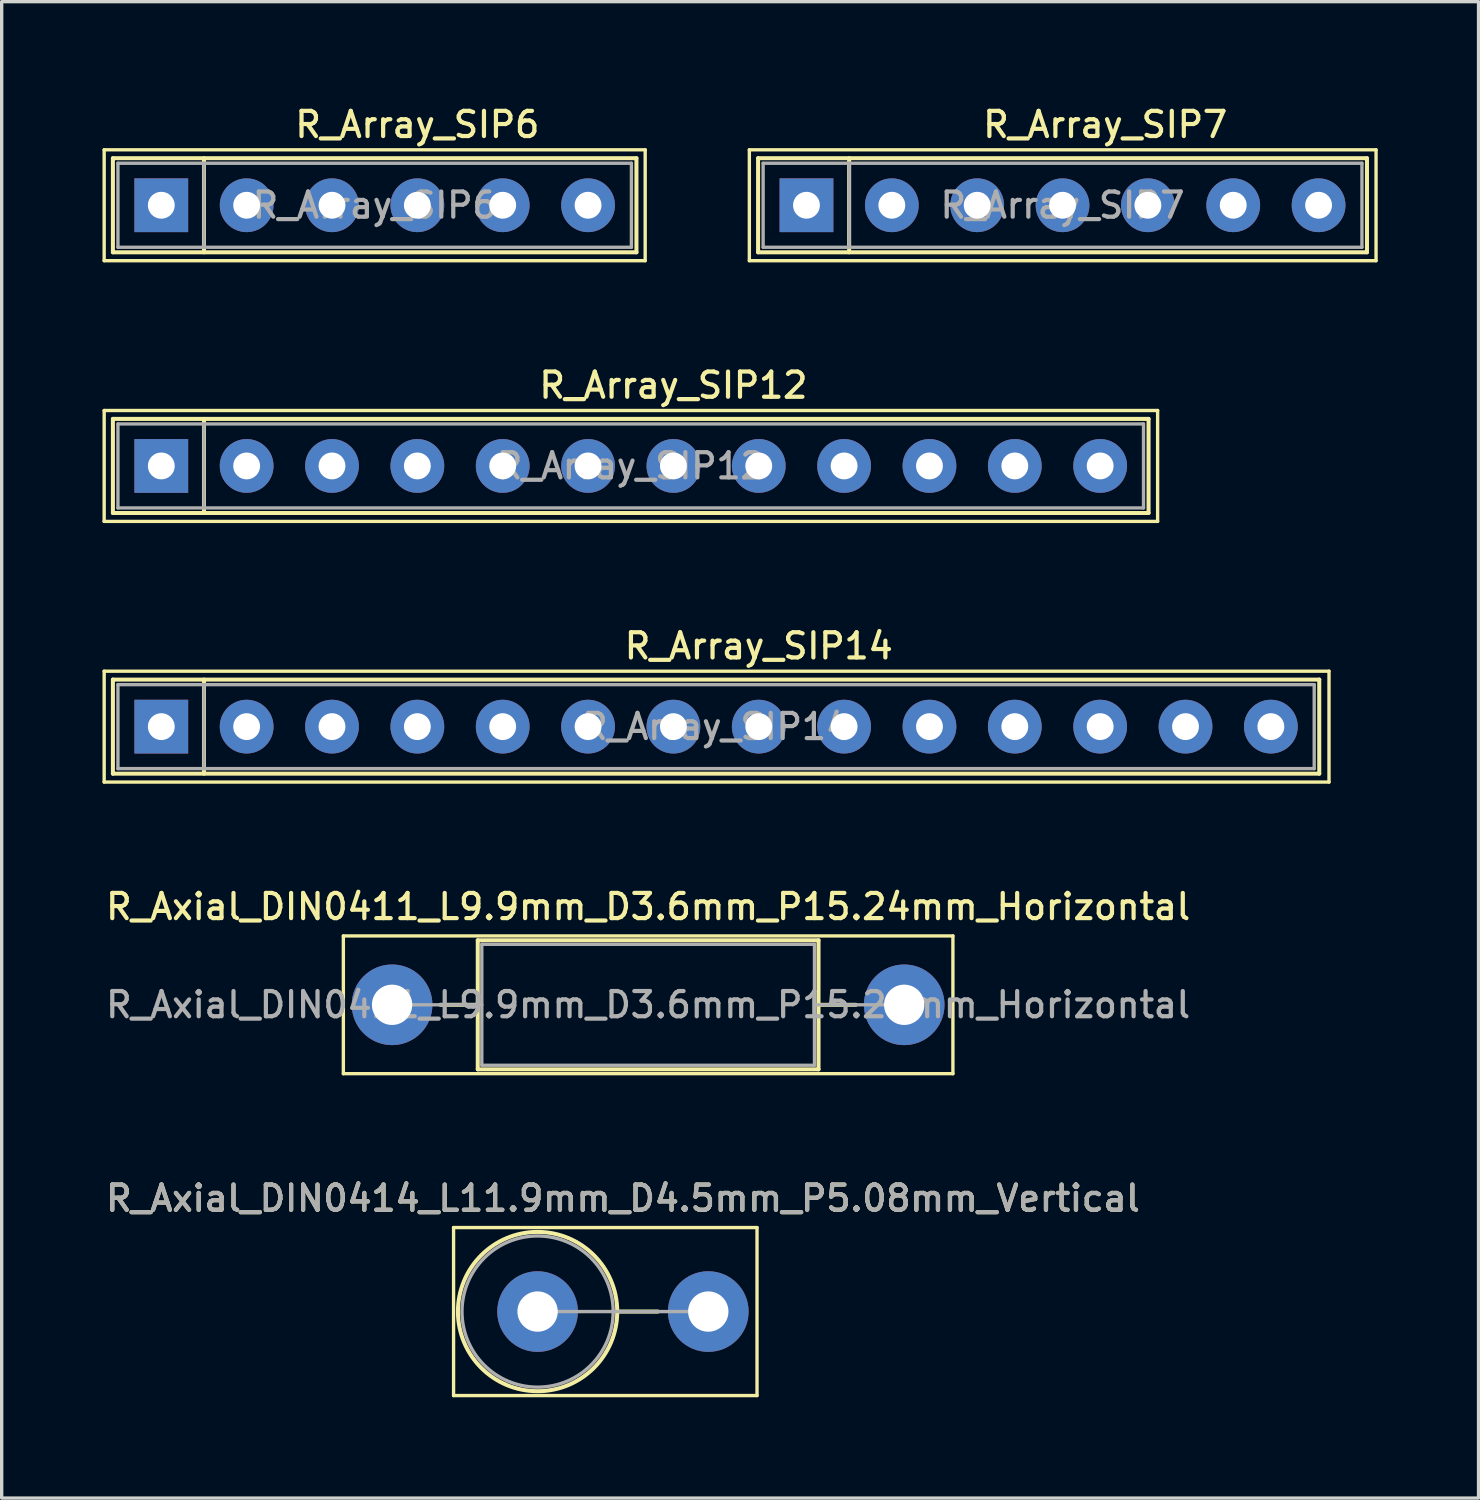
<source format=kicad_pcb>
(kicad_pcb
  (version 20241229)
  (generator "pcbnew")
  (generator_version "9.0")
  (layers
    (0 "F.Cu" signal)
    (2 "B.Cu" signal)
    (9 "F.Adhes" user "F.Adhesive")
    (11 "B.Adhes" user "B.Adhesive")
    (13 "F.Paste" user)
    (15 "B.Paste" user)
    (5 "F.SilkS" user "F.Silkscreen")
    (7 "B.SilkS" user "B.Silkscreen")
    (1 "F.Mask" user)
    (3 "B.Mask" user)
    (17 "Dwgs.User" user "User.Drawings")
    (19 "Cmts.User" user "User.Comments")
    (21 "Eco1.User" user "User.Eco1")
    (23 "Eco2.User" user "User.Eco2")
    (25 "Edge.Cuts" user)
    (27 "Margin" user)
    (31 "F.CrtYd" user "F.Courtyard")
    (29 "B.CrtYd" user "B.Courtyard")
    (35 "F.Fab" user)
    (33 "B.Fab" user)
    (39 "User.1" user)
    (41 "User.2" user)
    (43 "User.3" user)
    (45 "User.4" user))
  (footprint "R_Axial_DIN0414_L11.9mm_D4.5mm_P5.08mm_Vertical"
    (layer "F.Cu")
    (at 12.948 35.981)
    (property "Reference" "R_Axial_DIN0414_L11.9mm_D4.5mm_P5.08mm_Vertical" (at 2.54 -3.37 0) (layer "F.SilkS") (effects (font (size 0.75 0.75) (thickness 0.125))))
    (attr through_hole)
    (fp_line (start -2.5 -2.5) (end -2.5 2.5) (stroke (width 0.1) (type solid)) (layer "F.SilkS"))
    (fp_line (start -2.5 2.5) (end 6.53 2.5) (stroke (width 0.1) (type solid)) (layer "F.SilkS"))
    (fp_line (start 2.37 0) (end 3.58 0) (stroke (width 0.12) (type solid)) (layer "F.SilkS"))
    (fp_line (start 6.53 -2.5) (end -2.5 -2.5) (stroke (width 0.1) (type solid)) (layer "F.SilkS"))
    (fp_line (start 6.53 2.5) (end 6.53 -2.5) (stroke (width 0.1) (type solid)) (layer "F.SilkS"))
    (fp_circle (center 0 0) (end 2.37 0) (stroke (width 0.12) (type solid)) (fill no) (layer "F.SilkS"))
    (fp_line (start 0 0) (end 5.08 0) (stroke (width 0.1) (type solid)) (layer "F.Fab"))
    (fp_circle (center 0 0) (end 2.25 0) (stroke (width 0.1) (type solid)) (fill no) (layer "F.Fab"))
    (fp_text user "${REFERENCE}" (at 2.54 -3.37 0) (layer "F.Fab") (effects (font (size 0.75 0.75) (thickness 0.125))))
    (pad "1" thru_hole circle (at 0 0) (size 2.4 2.4) (drill 1.2) (layers "*.Cu" "*.Mask"))
    (pad "2" thru_hole oval (at 5.08 0) (size 2.4 2.4) (drill 1.2) (layers "*.Cu" "*.Mask")))
  (footprint "R_Array_SIP14"
    (layer "F.Cu")
    (at 1.75 18.574)
    (property "Reference" "R_Array_SIP14" (at 17.78 -2.4 0) (layer "F.SilkS") (effects (font (size 0.75 0.75) (thickness 0.125))))
    (attr through_hole)
    (fp_line (start -1.7 -1.65) (end -1.7 1.65) (stroke (width 0.1) (type solid)) (layer "F.SilkS"))
    (fp_line (start -1.7 1.65) (end 34.75 1.65) (stroke (width 0.1) (type solid)) (layer "F.SilkS"))
    (fp_line (start -1.44 -1.4) (end -1.44 1.4) (stroke (width 0.12) (type solid)) (layer "F.SilkS"))
    (fp_line (start -1.44 1.4) (end 34.46 1.4) (stroke (width 0.12) (type solid)) (layer "F.SilkS"))
    (fp_line (start 1.27 -1.4) (end 1.27 1.4) (stroke (width 0.12) (type solid)) (layer "F.SilkS"))
    (fp_line (start 34.46 -1.4) (end -1.44 -1.4) (stroke (width 0.12) (type solid)) (layer "F.SilkS"))
    (fp_line (start 34.46 1.4) (end 34.46 -1.4) (stroke (width 0.12) (type solid)) (layer "F.SilkS"))
    (fp_line (start 34.75 -1.65) (end -1.7 -1.65) (stroke (width 0.1) (type solid)) (layer "F.SilkS"))
    (fp_line (start 34.75 1.65) (end 34.75 -1.65) (stroke (width 0.1) (type solid)) (layer "F.SilkS"))
    (fp_line (start -1.29 -1.25) (end -1.29 1.25) (stroke (width 0.1) (type solid)) (layer "F.Fab"))
    (fp_line (start -1.29 1.25) (end 34.31 1.25) (stroke (width 0.1) (type solid)) (layer "F.Fab"))
    (fp_line (start 1.27 -1.25) (end 1.27 1.25) (stroke (width 0.1) (type solid)) (layer "F.Fab"))
    (fp_line (start 34.31 -1.25) (end -1.29 -1.25) (stroke (width 0.1) (type solid)) (layer "F.Fab"))
    (fp_line (start 34.31 1.25) (end 34.31 -1.25) (stroke (width 0.1) (type solid)) (layer "F.Fab"))
    (fp_text user "${REFERENCE}" (at 16.51 0 0) (layer "F.Fab") (effects (font (size 0.75 0.75) (thickness 0.125))))
    (pad "1" thru_hole rect (at 0 0) (size 1.6 1.6) (drill 0.8) (layers "*.Cu" "*.Mask"))
    (pad "2" thru_hole oval (at 2.54 0) (size 1.6 1.6) (drill 0.8) (layers "*.Cu" "*.Mask"))
    (pad "3" thru_hole oval (at 5.08 0) (size 1.6 1.6) (drill 0.8) (layers "*.Cu" "*.Mask"))
    (pad "4" thru_hole oval (at 7.62 0) (size 1.6 1.6) (drill 0.8) (layers "*.Cu" "*.Mask"))
    (pad "5" thru_hole oval (at 10.16 0) (size 1.6 1.6) (drill 0.8) (layers "*.Cu" "*.Mask"))
    (pad "6" thru_hole oval (at 12.7 0) (size 1.6 1.6) (drill 0.8) (layers "*.Cu" "*.Mask"))
    (pad "7" thru_hole oval (at 15.24 0) (size 1.6 1.6) (drill 0.8) (layers "*.Cu" "*.Mask"))
    (pad "8" thru_hole oval (at 17.78 0) (size 1.6 1.6) (drill 0.8) (layers "*.Cu" "*.Mask"))
    (pad "9" thru_hole oval (at 20.32 0) (size 1.6 1.6) (drill 0.8) (layers "*.Cu" "*.Mask"))
    (pad "10" thru_hole oval (at 22.86 0) (size 1.6 1.6) (drill 0.8) (layers "*.Cu" "*.Mask"))
    (pad "11" thru_hole oval (at 25.4 0) (size 1.6 1.6) (drill 0.8) (layers "*.Cu" "*.Mask"))
    (pad "12" thru_hole oval (at 27.94 0) (size 1.6 1.6) (drill 0.8) (layers "*.Cu" "*.Mask"))
    (pad "13" thru_hole oval (at 30.48 0) (size 1.6 1.6) (drill 0.8) (layers "*.Cu" "*.Mask"))
    (pad "14" thru_hole oval (at 33.02 0) (size 1.6 1.6) (drill 0.8) (layers "*.Cu" "*.Mask")))
  (footprint "R_Array_SIP12"
    (layer "F.Cu")
    (at 1.75 10.816)
    (property "Reference" "R_Array_SIP12" (at 15.24 -2.4 0) (layer "F.SilkS") (effects (font (size 0.75 0.75) (thickness 0.125))))
    (attr through_hole)
    (fp_line (start -1.7 -1.65) (end -1.7 1.65) (stroke (width 0.1) (type solid)) (layer "F.SilkS"))
    (fp_line (start -1.7 1.65) (end 29.65 1.65) (stroke (width 0.1) (type solid)) (layer "F.SilkS"))
    (fp_line (start -1.44 -1.4) (end -1.44 1.4) (stroke (width 0.12) (type solid)) (layer "F.SilkS"))
    (fp_line (start -1.44 1.4) (end 29.38 1.4) (stroke (width 0.12) (type solid)) (layer "F.SilkS"))
    (fp_line (start 1.27 -1.4) (end 1.27 1.4) (stroke (width 0.12) (type solid)) (layer "F.SilkS"))
    (fp_line (start 29.38 -1.4) (end -1.44 -1.4) (stroke (width 0.12) (type solid)) (layer "F.SilkS"))
    (fp_line (start 29.38 1.4) (end 29.38 -1.4) (stroke (width 0.12) (type solid)) (layer "F.SilkS"))
    (fp_line (start 29.65 -1.65) (end -1.7 -1.65) (stroke (width 0.1) (type solid)) (layer "F.SilkS"))
    (fp_line (start 29.65 1.65) (end 29.65 -1.65) (stroke (width 0.1) (type solid)) (layer "F.SilkS"))
    (fp_line (start -1.29 -1.25) (end -1.29 1.25) (stroke (width 0.1) (type solid)) (layer "F.Fab"))
    (fp_line (start -1.29 1.25) (end 29.23 1.25) (stroke (width 0.1) (type solid)) (layer "F.Fab"))
    (fp_line (start 1.27 -1.25) (end 1.27 1.25) (stroke (width 0.1) (type solid)) (layer "F.Fab"))
    (fp_line (start 29.23 -1.25) (end -1.29 -1.25) (stroke (width 0.1) (type solid)) (layer "F.Fab"))
    (fp_line (start 29.23 1.25) (end 29.23 -1.25) (stroke (width 0.1) (type solid)) (layer "F.Fab"))
    (fp_text user "${REFERENCE}" (at 13.97 0 0) (layer "F.Fab") (effects (font (size 0.75 0.75) (thickness 0.125))))
    (pad "1" thru_hole rect (at 0 0) (size 1.6 1.6) (drill 0.8) (layers "*.Cu" "*.Mask"))
    (pad "2" thru_hole oval (at 2.54 0) (size 1.6 1.6) (drill 0.8) (layers "*.Cu" "*.Mask"))
    (pad "3" thru_hole oval (at 5.08 0) (size 1.6 1.6) (drill 0.8) (layers "*.Cu" "*.Mask"))
    (pad "4" thru_hole oval (at 7.62 0) (size 1.6 1.6) (drill 0.8) (layers "*.Cu" "*.Mask"))
    (pad "5" thru_hole oval (at 10.16 0) (size 1.6 1.6) (drill 0.8) (layers "*.Cu" "*.Mask"))
    (pad "6" thru_hole oval (at 12.7 0) (size 1.6 1.6) (drill 0.8) (layers "*.Cu" "*.Mask"))
    (pad "7" thru_hole oval (at 15.24 0) (size 1.6 1.6) (drill 0.8) (layers "*.Cu" "*.Mask"))
    (pad "8" thru_hole oval (at 17.78 0) (size 1.6 1.6) (drill 0.8) (layers "*.Cu" "*.Mask"))
    (pad "9" thru_hole oval (at 20.32 0) (size 1.6 1.6) (drill 0.8) (layers "*.Cu" "*.Mask"))
    (pad "10" thru_hole oval (at 22.86 0) (size 1.6 1.6) (drill 0.8) (layers "*.Cu" "*.Mask"))
    (pad "11" thru_hole oval (at 25.4 0) (size 1.6 1.6) (drill 0.8) (layers "*.Cu" "*.Mask"))
    (pad "12" thru_hole oval (at 27.94 0) (size 1.6 1.6) (drill 0.8) (layers "*.Cu" "*.Mask")))
  (footprint "R_Array_SIP6"
    (layer "F.Cu")
    (at 1.75 3.058)
    (property "Reference" "R_Array_SIP6" (at 7.62 -2.4 0) (layer "F.SilkS") (effects (font (size 0.75 0.75) (thickness 0.125))))
    (attr through_hole)
    (fp_line (start -1.7 -1.65) (end -1.7 1.65) (stroke (width 0.1) (type solid)) (layer "F.SilkS"))
    (fp_line (start -1.7 1.65) (end 14.4 1.65) (stroke (width 0.1) (type solid)) (layer "F.SilkS"))
    (fp_line (start -1.44 -1.4) (end -1.44 1.4) (stroke (width 0.12) (type solid)) (layer "F.SilkS"))
    (fp_line (start -1.44 1.4) (end 14.14 1.4) (stroke (width 0.12) (type solid)) (layer "F.SilkS"))
    (fp_line (start 1.27 -1.4) (end 1.27 1.4) (stroke (width 0.12) (type solid)) (layer "F.SilkS"))
    (fp_line (start 14.14 -1.4) (end -1.44 -1.4) (stroke (width 0.12) (type solid)) (layer "F.SilkS"))
    (fp_line (start 14.14 1.4) (end 14.14 -1.4) (stroke (width 0.12) (type solid)) (layer "F.SilkS"))
    (fp_line (start 14.4 -1.65) (end -1.7 -1.65) (stroke (width 0.1) (type solid)) (layer "F.SilkS"))
    (fp_line (start 14.4 1.65) (end 14.4 -1.65) (stroke (width 0.1) (type solid)) (layer "F.SilkS"))
    (fp_line (start -1.29 -1.25) (end -1.29 1.25) (stroke (width 0.1) (type solid)) (layer "F.Fab"))
    (fp_line (start -1.29 1.25) (end 13.99 1.25) (stroke (width 0.1) (type solid)) (layer "F.Fab"))
    (fp_line (start 1.27 -1.25) (end 1.27 1.25) (stroke (width 0.1) (type solid)) (layer "F.Fab"))
    (fp_line (start 13.99 -1.25) (end -1.29 -1.25) (stroke (width 0.1) (type solid)) (layer "F.Fab"))
    (fp_line (start 13.99 1.25) (end 13.99 -1.25) (stroke (width 0.1) (type solid)) (layer "F.Fab"))
    (fp_text user "${REFERENCE}" (at 6.35 0 0) (layer "F.Fab") (effects (font (size 0.75 0.75) (thickness 0.125))))
    (pad "1" thru_hole rect (at 0 0) (size 1.6 1.6) (drill 0.8) (layers "*.Cu" "*.Mask"))
    (pad "2" thru_hole oval (at 2.54 0) (size 1.6 1.6) (drill 0.8) (layers "*.Cu" "*.Mask"))
    (pad "3" thru_hole oval (at 5.08 0) (size 1.6 1.6) (drill 0.8) (layers "*.Cu" "*.Mask"))
    (pad "4" thru_hole oval (at 7.62 0) (size 1.6 1.6) (drill 0.8) (layers "*.Cu" "*.Mask"))
    (pad "5" thru_hole oval (at 10.16 0) (size 1.6 1.6) (drill 0.8) (layers "*.Cu" "*.Mask"))
    (pad "6" thru_hole oval (at 12.7 0) (size 1.6 1.6) (drill 0.8) (layers "*.Cu" "*.Mask")))
  (footprint "R_Axial_DIN0411_L9.9mm_D3.6mm_P15.24mm_Horizontal"
    (layer "F.Cu")
    (at 8.618 26.852)
    (property "Reference" "R_Axial_DIN0411_L9.9mm_D3.6mm_P15.24mm_Horizontal" (at 7.62 -2.92 0) (layer "F.SilkS") (effects (font (size 0.75 0.75) (thickness 0.125))))
    (attr through_hole)
    (fp_line (start -1.45 -2.05) (end -1.45 2.05) (stroke (width 0.1) (type solid)) (layer "F.SilkS"))
    (fp_line (start -1.45 2.05) (end 16.69 2.05) (stroke (width 0.1) (type solid)) (layer "F.SilkS"))
    (fp_line (start 1.44 0) (end 2.55 0) (stroke (width 0.12) (type solid)) (layer "F.SilkS"))
    (fp_line (start 2.55 -1.92) (end 2.55 1.92) (stroke (width 0.12) (type solid)) (layer "F.SilkS"))
    (fp_line (start 2.55 1.92) (end 12.69 1.92) (stroke (width 0.12) (type solid)) (layer "F.SilkS"))
    (fp_line (start 12.69 -1.92) (end 2.55 -1.92) (stroke (width 0.12) (type solid)) (layer "F.SilkS"))
    (fp_line (start 12.69 1.92) (end 12.69 -1.92) (stroke (width 0.12) (type solid)) (layer "F.SilkS"))
    (fp_line (start 13.8 0) (end 12.69 0) (stroke (width 0.12) (type solid)) (layer "F.SilkS"))
    (fp_line (start 16.69 -2.05) (end -1.45 -2.05) (stroke (width 0.1) (type solid)) (layer "F.SilkS"))
    (fp_line (start 16.69 2.05) (end 16.69 -2.05) (stroke (width 0.1) (type solid)) (layer "F.SilkS"))
    (fp_line (start 0 0) (end 2.67 0) (stroke (width 0.1) (type solid)) (layer "F.Fab"))
    (fp_line (start 2.67 -1.8) (end 2.67 1.8) (stroke (width 0.1) (type solid)) (layer "F.Fab"))
    (fp_line (start 2.67 1.8) (end 12.57 1.8) (stroke (width 0.1) (type solid)) (layer "F.Fab"))
    (fp_line (start 12.57 -1.8) (end 2.67 -1.8) (stroke (width 0.1) (type solid)) (layer "F.Fab"))
    (fp_line (start 12.57 1.8) (end 12.57 -1.8) (stroke (width 0.1) (type solid)) (layer "F.Fab"))
    (fp_line (start 15.24 0) (end 12.57 0) (stroke (width 0.1) (type solid)) (layer "F.Fab"))
    (fp_text user "${REFERENCE}" (at 7.62 0 0) (layer "F.Fab") (effects (font (size 0.75 0.75) (thickness 0.125))))
    (pad "1" thru_hole circle (at 0 0) (size 2.4 2.4) (drill 1.2) (layers "*.Cu" "*.Mask"))
    (pad "2" thru_hole oval (at 15.24 0) (size 2.4 2.4) (drill 1.2) (layers "*.Cu" "*.Mask")))
  (footprint "R_Array_SIP7"
    (layer "F.Cu")
    (at 20.95 3.058)
    (property "Reference" "R_Array_SIP7" (at 8.89 -2.4 0) (layer "F.SilkS") (effects (font (size 0.75 0.75) (thickness 0.125))))
    (attr through_hole)
    (fp_line (start -1.7 -1.65) (end -1.7 1.65) (stroke (width 0.1) (type solid)) (layer "F.SilkS"))
    (fp_line (start -1.7 1.65) (end 16.95 1.65) (stroke (width 0.1) (type solid)) (layer "F.SilkS"))
    (fp_line (start -1.44 -1.4) (end -1.44 1.4) (stroke (width 0.12) (type solid)) (layer "F.SilkS"))
    (fp_line (start -1.44 1.4) (end 16.68 1.4) (stroke (width 0.12) (type solid)) (layer "F.SilkS"))
    (fp_line (start 1.27 -1.4) (end 1.27 1.4) (stroke (width 0.12) (type solid)) (layer "F.SilkS"))
    (fp_line (start 16.68 -1.4) (end -1.44 -1.4) (stroke (width 0.12) (type solid)) (layer "F.SilkS"))
    (fp_line (start 16.68 1.4) (end 16.68 -1.4) (stroke (width 0.12) (type solid)) (layer "F.SilkS"))
    (fp_line (start 16.95 -1.65) (end -1.7 -1.65) (stroke (width 0.1) (type solid)) (layer "F.SilkS"))
    (fp_line (start 16.95 1.65) (end 16.95 -1.65) (stroke (width 0.1) (type solid)) (layer "F.SilkS"))
    (fp_line (start -1.29 -1.25) (end -1.29 1.25) (stroke (width 0.1) (type solid)) (layer "F.Fab"))
    (fp_line (start -1.29 1.25) (end 16.53 1.25) (stroke (width 0.1) (type solid)) (layer "F.Fab"))
    (fp_line (start 1.27 -1.25) (end 1.27 1.25) (stroke (width 0.1) (type solid)) (layer "F.Fab"))
    (fp_line (start 16.53 -1.25) (end -1.29 -1.25) (stroke (width 0.1) (type solid)) (layer "F.Fab"))
    (fp_line (start 16.53 1.25) (end 16.53 -1.25) (stroke (width 0.1) (type solid)) (layer "F.Fab"))
    (fp_text user "${REFERENCE}" (at 7.62 0 0) (layer "F.Fab") (effects (font (size 0.75 0.75) (thickness 0.125))))
    (pad "1" thru_hole rect (at 0 0) (size 1.6 1.6) (drill 0.8) (layers "*.Cu" "*.Mask"))
    (pad "2" thru_hole oval (at 2.54 0) (size 1.6 1.6) (drill 0.8) (layers "*.Cu" "*.Mask"))
    (pad "3" thru_hole oval (at 5.08 0) (size 1.6 1.6) (drill 0.8) (layers "*.Cu" "*.Mask"))
    (pad "4" thru_hole oval (at 7.62 0) (size 1.6 1.6) (drill 0.8) (layers "*.Cu" "*.Mask"))
    (pad "5" thru_hole oval (at 10.16 0) (size 1.6 1.6) (drill 0.8) (layers "*.Cu" "*.Mask"))
    (pad "6" thru_hole oval (at 12.7 0) (size 1.6 1.6) (drill 0.8) (layers "*.Cu" "*.Mask"))
    (pad "7" thru_hole oval (at 15.24 0) (size 1.6 1.6) (drill 0.8) (layers "*.Cu" "*.Mask")))
  (gr_rect
    (start -3 -3)
    (end 40.95 41.531)
    (stroke (width 0.1) (type default))
    (fill no)
    (layer "Edge.Cuts")))
</source>
